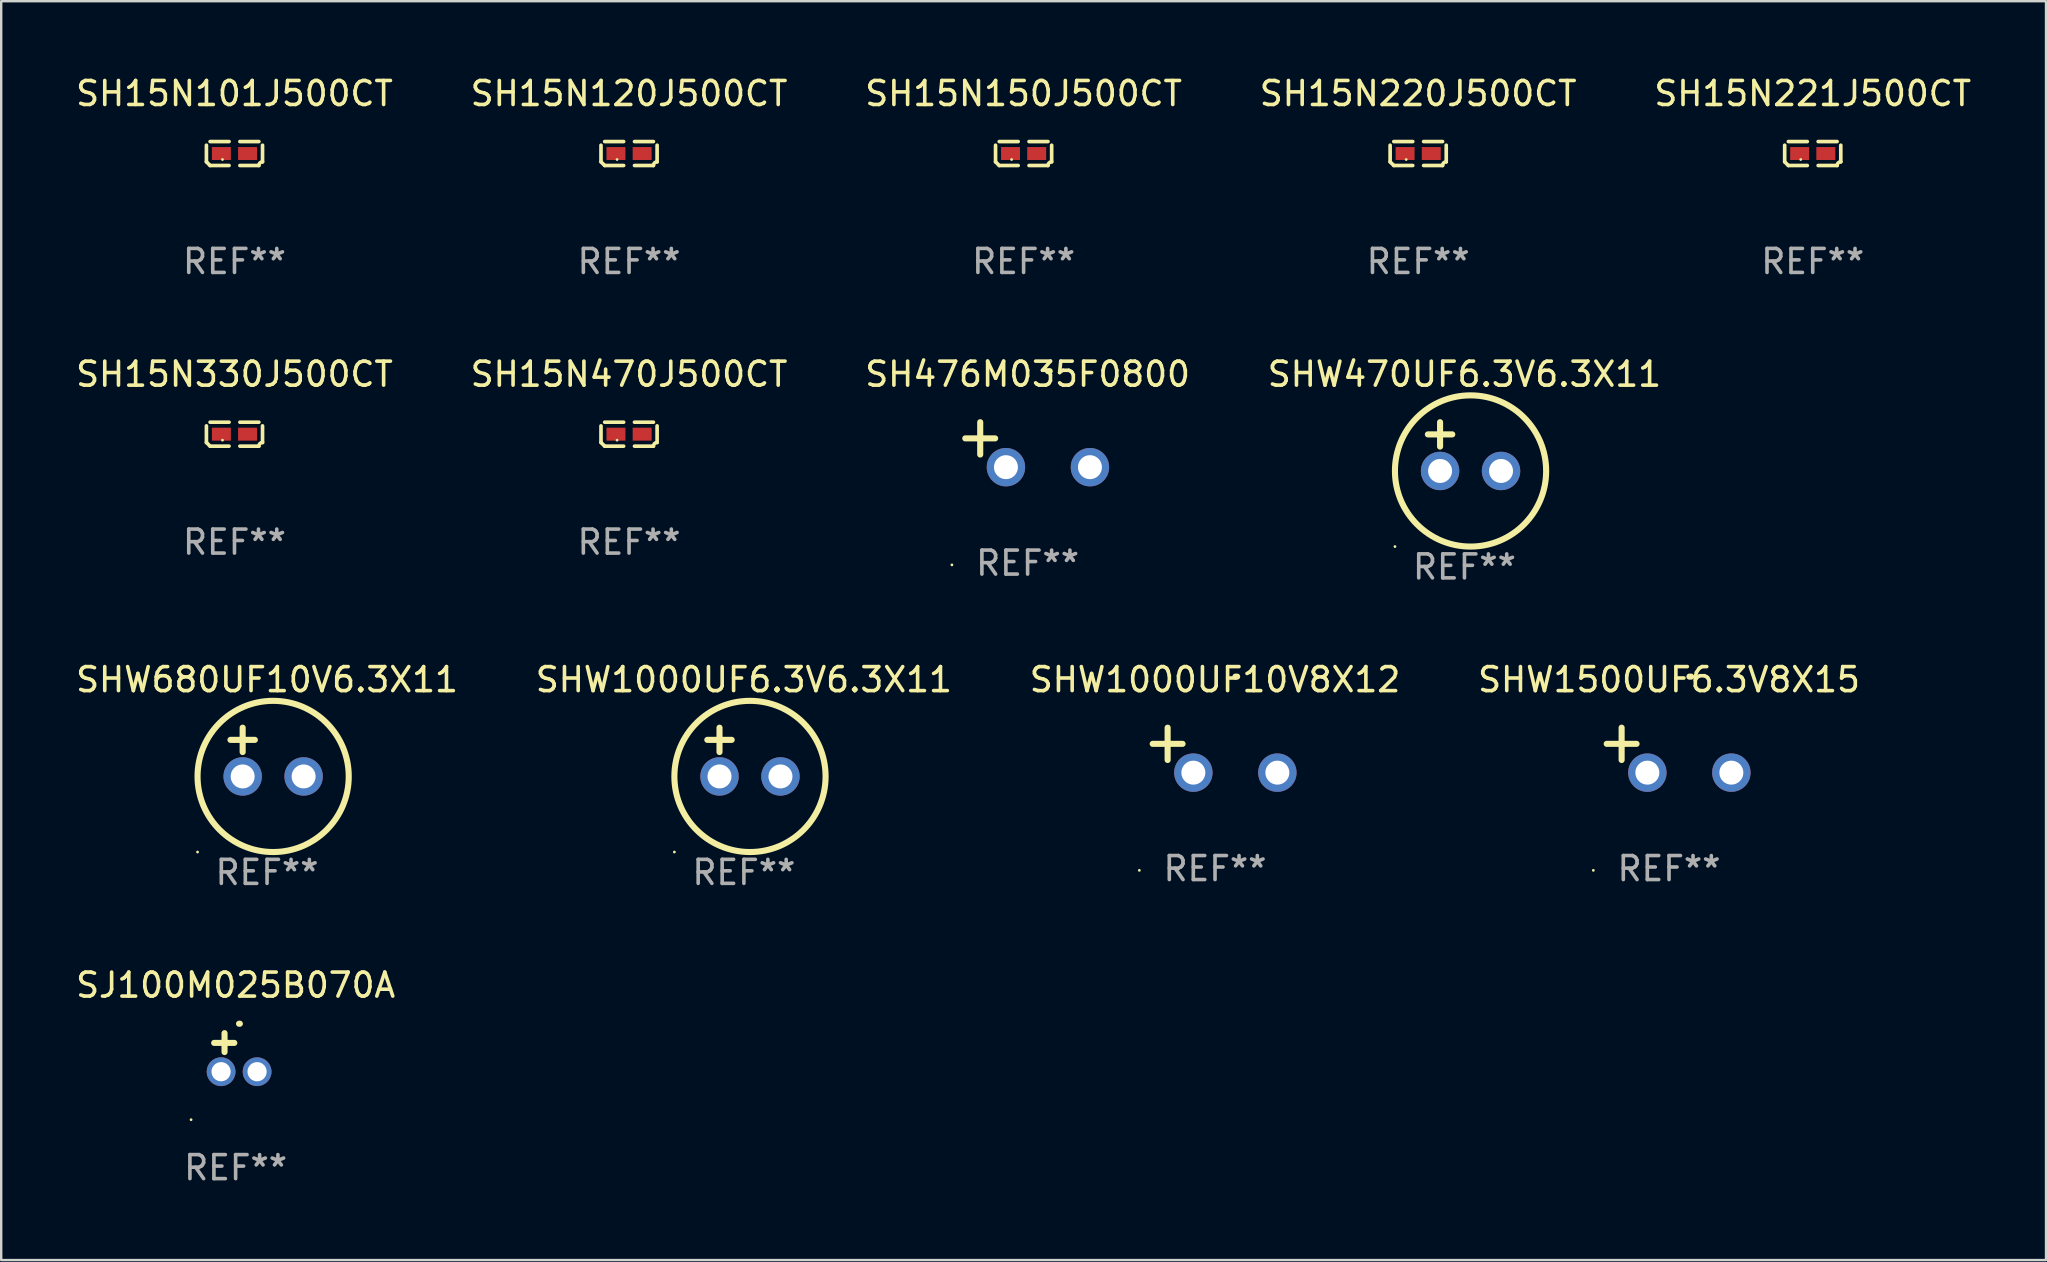
<source format=kicad_pcb>
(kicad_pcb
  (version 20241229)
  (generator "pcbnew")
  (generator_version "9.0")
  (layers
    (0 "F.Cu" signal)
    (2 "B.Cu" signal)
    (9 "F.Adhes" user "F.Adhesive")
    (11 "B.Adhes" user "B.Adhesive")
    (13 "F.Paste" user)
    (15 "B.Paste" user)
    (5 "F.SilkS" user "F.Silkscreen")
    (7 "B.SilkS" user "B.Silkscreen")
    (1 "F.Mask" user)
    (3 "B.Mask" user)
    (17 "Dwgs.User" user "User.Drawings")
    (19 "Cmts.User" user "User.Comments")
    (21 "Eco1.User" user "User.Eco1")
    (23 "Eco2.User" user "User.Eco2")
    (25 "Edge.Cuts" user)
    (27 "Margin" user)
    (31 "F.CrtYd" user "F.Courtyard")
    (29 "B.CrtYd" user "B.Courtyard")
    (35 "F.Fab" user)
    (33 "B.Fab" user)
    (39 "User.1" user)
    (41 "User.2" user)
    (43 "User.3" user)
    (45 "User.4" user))
  (footprint "SH476M035F0800"
    (layer "F.Cu")
    (at 39.768 15.479)
    (property "Reference" "SH476M035F0800" (at 0 -2.937 0) (layer "F.SilkS") (effects (font (size 1 1) (thickness 0.15))))
    (attr through_hole)
    (fp_line (start -1.975 0.41) (end -1.975 -0.937) (stroke (width 0.254) (type solid)) (layer "F.SilkS"))
    (fp_line (start -1.353 -0.263) (end -2.597 -0.263) (stroke (width 0.254) (type solid)) (layer "F.SilkS"))
    (fp_arc (start 0.849809 -3.063957) (mid 0.885369 -3.064114) (end 0.920929 -3.063957) (stroke (width 0.254001) (type solid)) (layer "F.SilkS"))
    (fp_circle (center -3.154 5.008) (end -3.124 5.008) (stroke (width 0.06) (type solid)) (fill no) (layer "F.SilkS"))
    (fp_text user "REF**" (at 0 4.937 0) (layer "F.Fab") (effects (font (size 1 1) (thickness 0.15))))
    (pad "1" thru_hole circle (at -0.903 0.937) (size 1.6 1.6) (drill 1) (layers "*.Cu" "*.Mask"))
    (pad "2" thru_hole circle (at 2.597 0.937) (size 1.6 1.6) (drill 1) (layers "*.Cu" "*.Mask")))
  (footprint "SH15N330J500CT"
    (layer "F.Cu")
    (at 6.72 15.041)
    (property "Reference" "SH15N330J500CT" (at 0 -2.499 0) (layer "F.SilkS") (effects (font (size 1 1) (thickness 0.15))))
    (attr through_hole)
    (fp_line (start -1.169 0.346) (end -1.169 -0.346) (stroke (width 0.152) (type solid)) (layer "F.SilkS"))
    (fp_line (start -1.016 -0.499) (end -0.226 -0.499) (stroke (width 0.152) (type solid)) (layer "F.SilkS"))
    (fp_line (start -0.226 0.499) (end -1.016 0.499) (stroke (width 0.152) (type solid)) (layer "F.SilkS"))
    (fp_line (start 0.226 0.499) (end 1.016 0.499) (stroke (width 0.152) (type solid)) (layer "F.SilkS"))
    (fp_line (start 1.016 -0.499) (end 0.226 -0.499) (stroke (width 0.152) (type solid)) (layer "F.SilkS"))
    (fp_line (start 1.169 0.346) (end 1.169 -0.346) (stroke (width 0.152) (type solid)) (layer "F.SilkS"))
    (fp_arc (start -1.016307 0.498603) (mid -1.092512 0.422405) (end -1.16871 0.3462) (stroke (width 0.1524) (type solid)) (layer "F.SilkS"))
    (fp_arc (start 1.016307 0.498603) (mid 1.060899 0.390758) (end 1.168707 0.346076) (stroke (width 0.1524) (type solid)) (layer "F.SilkS"))
    (fp_circle (center -0.5 0.25) (end -0.47 0.25) (stroke (width 0.06) (type solid)) (fill no) (layer "F.SilkS"))
    (fp_text user "REF**" (at 0 4.499 0) (layer "F.Fab") (effects (font (size 1 1) (thickness 0.15))))
    (pad "1" smd rect (at -0.545 0) (size 0.79 0.54) (layers "F.Cu" "F.Mask" "F.Paste"))
    (pad "2" smd rect (at 0.545 0) (size 0.79 0.54) (layers "F.Cu" "F.Mask" "F.Paste")))
  (footprint "SH15N101J500CT"
    (layer "F.Cu")
    (at 6.72 3.347)
    (property "Reference" "SH15N101J500CT" (at 0 -2.499 0) (layer "F.SilkS") (effects (font (size 1 1) (thickness 0.15))))
    (attr through_hole)
    (fp_line (start -1.169 0.346) (end -1.169 -0.346) (stroke (width 0.152) (type solid)) (layer "F.SilkS"))
    (fp_line (start -1.016 -0.499) (end -0.226 -0.499) (stroke (width 0.152) (type solid)) (layer "F.SilkS"))
    (fp_line (start -0.226 0.499) (end -1.016 0.499) (stroke (width 0.152) (type solid)) (layer "F.SilkS"))
    (fp_line (start 0.226 0.499) (end 1.016 0.499) (stroke (width 0.152) (type solid)) (layer "F.SilkS"))
    (fp_line (start 1.016 -0.499) (end 0.226 -0.499) (stroke (width 0.152) (type solid)) (layer "F.SilkS"))
    (fp_line (start 1.169 0.346) (end 1.169 -0.346) (stroke (width 0.152) (type solid)) (layer "F.SilkS"))
    (fp_arc (start -1.016307 0.498603) (mid -1.092512 0.422405) (end -1.16871 0.3462) (stroke (width 0.1524) (type solid)) (layer "F.SilkS"))
    (fp_arc (start 1.016307 0.498603) (mid 1.060899 0.390758) (end 1.168707 0.346076) (stroke (width 0.1524) (type solid)) (layer "F.SilkS"))
    (fp_circle (center -0.5 0.25) (end -0.47 0.25) (stroke (width 0.06) (type solid)) (fill no) (layer "F.SilkS"))
    (fp_text user "REF**" (at 0 4.499 0) (layer "F.Fab") (effects (font (size 1 1) (thickness 0.15))))
    (pad "1" smd rect (at -0.545 0) (size 0.79 0.54) (layers "F.Cu" "F.Mask" "F.Paste"))
    (pad "2" smd rect (at 0.545 0) (size 0.79 0.54) (layers "F.Cu" "F.Mask" "F.Paste")))
  (footprint "SH15N220J500CT"
    (layer "F.Cu")
    (at 56.042 3.347)
    (property "Reference" "SH15N220J500CT" (at 0 -2.499 0) (layer "F.SilkS") (effects (font (size 1 1) (thickness 0.15))))
    (attr through_hole)
    (fp_line (start -1.169 0.346) (end -1.169 -0.346) (stroke (width 0.152) (type solid)) (layer "F.SilkS"))
    (fp_line (start -1.016 -0.499) (end -0.226 -0.499) (stroke (width 0.152) (type solid)) (layer "F.SilkS"))
    (fp_line (start -0.226 0.499) (end -1.016 0.499) (stroke (width 0.152) (type solid)) (layer "F.SilkS"))
    (fp_line (start 0.226 0.499) (end 1.016 0.499) (stroke (width 0.152) (type solid)) (layer "F.SilkS"))
    (fp_line (start 1.016 -0.499) (end 0.226 -0.499) (stroke (width 0.152) (type solid)) (layer "F.SilkS"))
    (fp_line (start 1.169 0.346) (end 1.169 -0.346) (stroke (width 0.152) (type solid)) (layer "F.SilkS"))
    (fp_arc (start -1.016307 0.498603) (mid -1.092512 0.422405) (end -1.16871 0.3462) (stroke (width 0.1524) (type solid)) (layer "F.SilkS"))
    (fp_arc (start 1.016307 0.498603) (mid 1.060899 0.390758) (end 1.168707 0.346076) (stroke (width 0.1524) (type solid)) (layer "F.SilkS"))
    (fp_circle (center -0.5 0.25) (end -0.47 0.25) (stroke (width 0.06) (type solid)) (fill no) (layer "F.SilkS"))
    (fp_text user "REF**" (at 0 4.499 0) (layer "F.Fab") (effects (font (size 1 1) (thickness 0.15))))
    (pad "1" smd rect (at -0.545 0) (size 0.79 0.54) (layers "F.Cu" "F.Mask" "F.Paste"))
    (pad "2" smd rect (at 0.545 0) (size 0.79 0.54) (layers "F.Cu" "F.Mask" "F.Paste")))
  (footprint "SHW680UF10V6.3X11"
    (layer "F.Cu")
    (at 8.077 28.286)
    (property "Reference" "SHW680UF10V6.3X11" (at 0 -3.016 0) (layer "F.SilkS") (effects (font (size 1 1) (thickness 0.15))))
    (attr through_hole)
    (fp_line (start -1.524 -0.508) (end -0.508 -0.508) (stroke (width 0.254) (type solid)) (layer "F.SilkS"))
    (fp_line (start -1.016 -1.016) (end -1.016 0) (stroke (width 0.254) (type solid)) (layer "F.SilkS"))
    (fp_circle (center -2.896 4.166) (end -2.866 4.166) (stroke (width 0.06) (type solid)) (fill no) (layer "F.SilkS"))
    (fp_circle (center 0.254 1.016) (end 3.404 1.016) (stroke (width 0.254) (type solid)) (fill no) (layer "F.SilkS"))
    (fp_text user "REF**" (at 0 5.016 0) (layer "F.Fab") (effects (font (size 1 1) (thickness 0.15))))
    (pad "1" thru_hole circle (at -1.016 1.016) (size 1.6 1.6) (drill 1) (layers "*.Cu" "*.Mask"))
    (pad "2" thru_hole circle (at 1.524 1.016) (size 1.6 1.6) (drill 1) (layers "*.Cu" "*.Mask")))
  (footprint "SH15N470J500CT"
    (layer "F.Cu")
    (at 23.161 15.041)
    (property "Reference" "SH15N470J500CT" (at 0 -2.499 0) (layer "F.SilkS") (effects (font (size 1 1) (thickness 0.15))))
    (attr through_hole)
    (fp_line (start -1.169 0.346) (end -1.169 -0.346) (stroke (width 0.152) (type solid)) (layer "F.SilkS"))
    (fp_line (start -1.016 -0.499) (end -0.226 -0.499) (stroke (width 0.152) (type solid)) (layer "F.SilkS"))
    (fp_line (start -0.226 0.499) (end -1.016 0.499) (stroke (width 0.152) (type solid)) (layer "F.SilkS"))
    (fp_line (start 0.226 0.499) (end 1.016 0.499) (stroke (width 0.152) (type solid)) (layer "F.SilkS"))
    (fp_line (start 1.016 -0.499) (end 0.226 -0.499) (stroke (width 0.152) (type solid)) (layer "F.SilkS"))
    (fp_line (start 1.169 0.346) (end 1.169 -0.346) (stroke (width 0.152) (type solid)) (layer "F.SilkS"))
    (fp_arc (start -1.016307 0.498603) (mid -1.092512 0.422405) (end -1.16871 0.3462) (stroke (width 0.1524) (type solid)) (layer "F.SilkS"))
    (fp_arc (start 1.016307 0.498603) (mid 1.060899 0.390758) (end 1.168707 0.346076) (stroke (width 0.1524) (type solid)) (layer "F.SilkS"))
    (fp_circle (center -0.5 0.25) (end -0.47 0.25) (stroke (width 0.06) (type solid)) (fill no) (layer "F.SilkS"))
    (fp_text user "REF**" (at 0 4.499 0) (layer "F.Fab") (effects (font (size 1 1) (thickness 0.15))))
    (pad "1" smd rect (at -0.545 0) (size 0.79 0.54) (layers "F.Cu" "F.Mask" "F.Paste"))
    (pad "2" smd rect (at 0.545 0) (size 0.79 0.54) (layers "F.Cu" "F.Mask" "F.Paste")))
  (footprint "SJ100M025B070A"
    (layer "F.Cu")
    (at 6.768 40.802)
    (property "Reference" "SJ100M025B070A" (at 0 -2.803 0) (layer "F.SilkS") (effects (font (size 1 1) (thickness 0.15))))
    (attr through_hole)
    (fp_line (start -0.462 -0.016) (end -0.462 -0.803) (stroke (width 0.254) (type solid)) (layer "F.SilkS"))
    (fp_line (start -0.056 -0.397) (end -0.894 -0.397) (stroke (width 0.254) (type solid)) (layer "F.SilkS"))
    (fp_arc (start 0.142799 -1.195784) (mid 0.159309 -1.195852) (end 0.175819 -1.195784) (stroke (width 0.254001) (type solid)) (layer "F.SilkS"))
    (fp_circle (center -1.856 2.803) (end -1.826 2.803) (stroke (width 0.06) (type solid)) (fill no) (layer "F.SilkS"))
    (fp_text user "REF**" (at 0 4.803 0) (layer "F.Fab") (effects (font (size 1 1) (thickness 0.15))))
    (pad "1" thru_hole circle (at -0.606 0.803) (size 1.2 1.2) (drill 0.8) (layers "*.Cu" "*.Mask"))
    (pad "2" thru_hole circle (at 0.894 0.803) (size 1.2 1.2) (drill 0.8) (layers "*.Cu" "*.Mask")))
  (footprint "SHW1000UF10V8X12"
    (layer "F.Cu")
    (at 47.577 28.207)
    (property "Reference" "SHW1000UF10V8X12" (at 0 -2.937 0) (layer "F.SilkS") (effects (font (size 1 1) (thickness 0.15))))
    (attr through_hole)
    (fp_line (start -1.975 0.41) (end -1.975 -0.937) (stroke (width 0.254) (type solid)) (layer "F.SilkS"))
    (fp_line (start -1.353 -0.263) (end -2.597 -0.263) (stroke (width 0.254) (type solid)) (layer "F.SilkS"))
    (fp_arc (start 0.849809 -3.063957) (mid 0.885369 -3.064114) (end 0.920929 -3.063957) (stroke (width 0.254001) (type solid)) (layer "F.SilkS"))
    (fp_circle (center -3.154 5.008) (end -3.124 5.008) (stroke (width 0.06) (type solid)) (fill no) (layer "F.SilkS"))
    (fp_text user "REF**" (at 0 4.937 0) (layer "F.Fab") (effects (font (size 1 1) (thickness 0.15))))
    (pad "1" thru_hole circle (at -0.903 0.937) (size 1.6 1.6) (drill 1) (layers "*.Cu" "*.Mask"))
    (pad "2" thru_hole circle (at 2.597 0.937) (size 1.6 1.6) (drill 1) (layers "*.Cu" "*.Mask")))
  (footprint "SHW470UF6.3V6.3X11"
    (layer "F.Cu")
    (at 57.97 15.558)
    (property "Reference" "SHW470UF6.3V6.3X11" (at 0 -3.016 0) (layer "F.SilkS") (effects (font (size 1 1) (thickness 0.15))))
    (attr through_hole)
    (fp_line (start -1.524 -0.508) (end -0.508 -0.508) (stroke (width 0.254) (type solid)) (layer "F.SilkS"))
    (fp_line (start -1.016 -1.016) (end -1.016 0) (stroke (width 0.254) (type solid)) (layer "F.SilkS"))
    (fp_circle (center -2.896 4.166) (end -2.866 4.166) (stroke (width 0.06) (type solid)) (fill no) (layer "F.SilkS"))
    (fp_circle (center 0.254 1.016) (end 3.404 1.016) (stroke (width 0.254) (type solid)) (fill no) (layer "F.SilkS"))
    (fp_text user "REF**" (at 0 5.016 0) (layer "F.Fab") (effects (font (size 1 1) (thickness 0.15))))
    (pad "1" thru_hole circle (at -1.016 1.016) (size 1.6 1.6) (drill 1) (layers "*.Cu" "*.Mask"))
    (pad "2" thru_hole circle (at 1.524 1.016) (size 1.6 1.6) (drill 1) (layers "*.Cu" "*.Mask")))
  (footprint "SHW1000UF6.3V6.3X11"
    (layer "F.Cu")
    (at 27.946 28.286)
    (property "Reference" "SHW1000UF6.3V6.3X11" (at 0 -3.016 0) (layer "F.SilkS") (effects (font (size 1 1) (thickness 0.15))))
    (attr through_hole)
    (fp_line (start -1.524 -0.508) (end -0.508 -0.508) (stroke (width 0.254) (type solid)) (layer "F.SilkS"))
    (fp_line (start -1.016 -1.016) (end -1.016 0) (stroke (width 0.254) (type solid)) (layer "F.SilkS"))
    (fp_circle (center -2.896 4.166) (end -2.866 4.166) (stroke (width 0.06) (type solid)) (fill no) (layer "F.SilkS"))
    (fp_circle (center 0.254 1.016) (end 3.404 1.016) (stroke (width 0.254) (type solid)) (fill no) (layer "F.SilkS"))
    (fp_text user "REF**" (at 0 5.016 0) (layer "F.Fab") (effects (font (size 1 1) (thickness 0.15))))
    (pad "1" thru_hole circle (at -1.016 1.016) (size 1.6 1.6) (drill 1) (layers "*.Cu" "*.Mask"))
    (pad "2" thru_hole circle (at 1.524 1.016) (size 1.6 1.6) (drill 1) (layers "*.Cu" "*.Mask")))
  (footprint "SHW1500UF6.3V8X15"
    (layer "F.Cu")
    (at 66.494 28.207)
    (property "Reference" "SHW1500UF6.3V8X15" (at 0 -2.937 0) (layer "F.SilkS") (effects (font (size 1 1) (thickness 0.15))))
    (attr through_hole)
    (fp_line (start -1.975 0.41) (end -1.975 -0.937) (stroke (width 0.254) (type solid)) (layer "F.SilkS"))
    (fp_line (start -1.353 -0.263) (end -2.597 -0.263) (stroke (width 0.254) (type solid)) (layer "F.SilkS"))
    (fp_arc (start 0.849809 -3.063957) (mid 0.885369 -3.064114) (end 0.920929 -3.063957) (stroke (width 0.254001) (type solid)) (layer "F.SilkS"))
    (fp_circle (center -3.154 5.008) (end -3.124 5.008) (stroke (width 0.06) (type solid)) (fill no) (layer "F.SilkS"))
    (fp_text user "REF**" (at 0 4.937 0) (layer "F.Fab") (effects (font (size 1 1) (thickness 0.15))))
    (pad "1" thru_hole circle (at -0.903 0.937) (size 1.6 1.6) (drill 1) (layers "*.Cu" "*.Mask"))
    (pad "2" thru_hole circle (at 2.597 0.937) (size 1.6 1.6) (drill 1) (layers "*.Cu" "*.Mask")))
  (footprint "SH15N150J500CT"
    (layer "F.Cu")
    (at 39.601 3.347)
    (property "Reference" "SH15N150J500CT" (at 0 -2.499 0) (layer "F.SilkS") (effects (font (size 1 1) (thickness 0.15))))
    (attr through_hole)
    (fp_line (start -1.169 0.346) (end -1.169 -0.346) (stroke (width 0.152) (type solid)) (layer "F.SilkS"))
    (fp_line (start -1.016 -0.499) (end -0.226 -0.499) (stroke (width 0.152) (type solid)) (layer "F.SilkS"))
    (fp_line (start -0.226 0.499) (end -1.016 0.499) (stroke (width 0.152) (type solid)) (layer "F.SilkS"))
    (fp_line (start 0.226 0.499) (end 1.016 0.499) (stroke (width 0.152) (type solid)) (layer "F.SilkS"))
    (fp_line (start 1.016 -0.499) (end 0.226 -0.499) (stroke (width 0.152) (type solid)) (layer "F.SilkS"))
    (fp_line (start 1.169 0.346) (end 1.169 -0.346) (stroke (width 0.152) (type solid)) (layer "F.SilkS"))
    (fp_arc (start -1.016307 0.498603) (mid -1.092512 0.422405) (end -1.16871 0.3462) (stroke (width 0.1524) (type solid)) (layer "F.SilkS"))
    (fp_arc (start 1.016307 0.498603) (mid 1.060899 0.390758) (end 1.168707 0.346076) (stroke (width 0.1524) (type solid)) (layer "F.SilkS"))
    (fp_circle (center -0.5 0.25) (end -0.47 0.25) (stroke (width 0.06) (type solid)) (fill no) (layer "F.SilkS"))
    (fp_text user "REF**" (at 0 4.499 0) (layer "F.Fab") (effects (font (size 1 1) (thickness 0.15))))
    (pad "1" smd rect (at -0.545 0) (size 0.79 0.54) (layers "F.Cu" "F.Mask" "F.Paste"))
    (pad "2" smd rect (at 0.545 0) (size 0.79 0.54) (layers "F.Cu" "F.Mask" "F.Paste")))
  (footprint "SH15N221J500CT"
    (layer "F.Cu")
    (at 72.482 3.347)
    (property "Reference" "SH15N221J500CT" (at 0 -2.499 0) (layer "F.SilkS") (effects (font (size 1 1) (thickness 0.15))))
    (attr through_hole)
    (fp_line (start -1.169 0.346) (end -1.169 -0.346) (stroke (width 0.152) (type solid)) (layer "F.SilkS"))
    (fp_line (start -1.016 -0.499) (end -0.226 -0.499) (stroke (width 0.152) (type solid)) (layer "F.SilkS"))
    (fp_line (start -0.226 0.499) (end -1.016 0.499) (stroke (width 0.152) (type solid)) (layer "F.SilkS"))
    (fp_line (start 0.226 0.499) (end 1.016 0.499) (stroke (width 0.152) (type solid)) (layer "F.SilkS"))
    (fp_line (start 1.016 -0.499) (end 0.226 -0.499) (stroke (width 0.152) (type solid)) (layer "F.SilkS"))
    (fp_line (start 1.169 0.346) (end 1.169 -0.346) (stroke (width 0.152) (type solid)) (layer "F.SilkS"))
    (fp_arc (start -1.016307 0.498603) (mid -1.092512 0.422405) (end -1.16871 0.3462) (stroke (width 0.1524) (type solid)) (layer "F.SilkS"))
    (fp_arc (start 1.016307 0.498603) (mid 1.060899 0.390758) (end 1.168707 0.346076) (stroke (width 0.1524) (type solid)) (layer "F.SilkS"))
    (fp_circle (center -0.5 0.25) (end -0.47 0.25) (stroke (width 0.06) (type solid)) (fill no) (layer "F.SilkS"))
    (fp_text user "REF**" (at 0 4.499 0) (layer "F.Fab") (effects (font (size 1 1) (thickness 0.15))))
    (pad "1" smd rect (at -0.545 0) (size 0.79 0.54) (layers "F.Cu" "F.Mask" "F.Paste"))
    (pad "2" smd rect (at 0.545 0) (size 0.79 0.54) (layers "F.Cu" "F.Mask" "F.Paste")))
  (footprint "SH15N120J500CT"
    (layer "F.Cu")
    (at 23.161 3.347)
    (property "Reference" "SH15N120J500CT" (at 0 -2.499 0) (layer "F.SilkS") (effects (font (size 1 1) (thickness 0.15))))
    (attr through_hole)
    (fp_line (start -1.169 0.346) (end -1.169 -0.346) (stroke (width 0.152) (type solid)) (layer "F.SilkS"))
    (fp_line (start -1.016 -0.499) (end -0.226 -0.499) (stroke (width 0.152) (type solid)) (layer "F.SilkS"))
    (fp_line (start -0.226 0.499) (end -1.016 0.499) (stroke (width 0.152) (type solid)) (layer "F.SilkS"))
    (fp_line (start 0.226 0.499) (end 1.016 0.499) (stroke (width 0.152) (type solid)) (layer "F.SilkS"))
    (fp_line (start 1.016 -0.499) (end 0.226 -0.499) (stroke (width 0.152) (type solid)) (layer "F.SilkS"))
    (fp_line (start 1.169 0.346) (end 1.169 -0.346) (stroke (width 0.152) (type solid)) (layer "F.SilkS"))
    (fp_arc (start -1.016307 0.498603) (mid -1.092512 0.422405) (end -1.16871 0.3462) (stroke (width 0.1524) (type solid)) (layer "F.SilkS"))
    (fp_arc (start 1.016307 0.498603) (mid 1.060899 0.390758) (end 1.168707 0.346076) (stroke (width 0.1524) (type solid)) (layer "F.SilkS"))
    (fp_circle (center -0.5 0.25) (end -0.47 0.25) (stroke (width 0.06) (type solid)) (fill no) (layer "F.SilkS"))
    (fp_text user "REF**" (at 0 4.499 0) (layer "F.Fab") (effects (font (size 1 1) (thickness 0.15))))
    (pad "1" smd rect (at -0.545 0) (size 0.79 0.54) (layers "F.Cu" "F.Mask" "F.Paste"))
    (pad "2" smd rect (at 0.545 0) (size 0.79 0.54) (layers "F.Cu" "F.Mask" "F.Paste")))
  (gr_rect
    (start -3 -3)
    (end 82.202 49.454)
    (stroke (width 0.1) (type default))
    (fill no)
    (layer "Edge.Cuts")))
</source>
